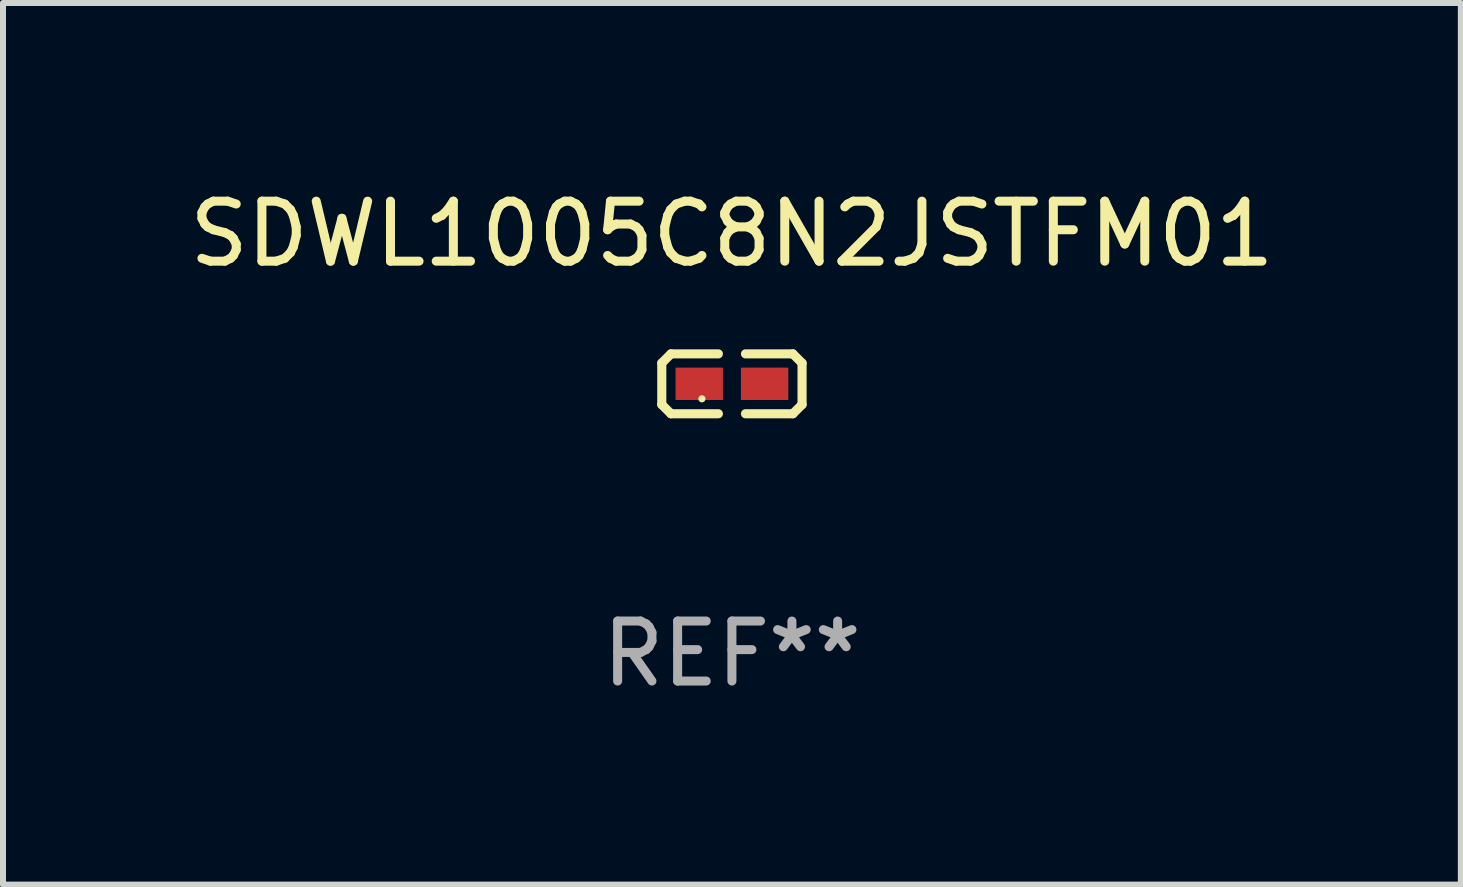
<source format=kicad_pcb>
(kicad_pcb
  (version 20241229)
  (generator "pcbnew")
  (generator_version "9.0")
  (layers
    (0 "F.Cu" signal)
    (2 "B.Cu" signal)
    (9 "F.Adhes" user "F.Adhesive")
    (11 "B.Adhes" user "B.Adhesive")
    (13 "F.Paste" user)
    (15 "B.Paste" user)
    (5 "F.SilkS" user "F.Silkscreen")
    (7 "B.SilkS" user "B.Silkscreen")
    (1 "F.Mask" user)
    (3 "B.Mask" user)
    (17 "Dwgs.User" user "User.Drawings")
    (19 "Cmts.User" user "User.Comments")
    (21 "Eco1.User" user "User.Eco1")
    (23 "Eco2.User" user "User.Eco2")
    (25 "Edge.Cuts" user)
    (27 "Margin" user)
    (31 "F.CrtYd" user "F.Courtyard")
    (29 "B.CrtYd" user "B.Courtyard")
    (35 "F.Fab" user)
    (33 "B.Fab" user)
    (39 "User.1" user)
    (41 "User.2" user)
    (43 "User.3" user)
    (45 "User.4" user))
  (footprint "SDWL1005C8N2JSTFM01"
    (layer "F.Cu")
    (at 9.149 3.347)
    (property "Reference" "SDWL1005C8N2JSTFM01" (at 0 -2.499 0) (layer "F.SilkS") (effects (font (size 1 1) (thickness 0.15))))
    (attr through_hole)
    (fp_line (start -1.169 -0.346) (end -1.016 -0.499) (stroke (width 0.152) (type solid)) (layer "F.SilkS"))
    (fp_line (start -1.169 0.346) (end -1.169 -0.346) (stroke (width 0.152) (type solid)) (layer "F.SilkS"))
    (fp_line (start -1.016 -0.499) (end -0.226 -0.499) (stroke (width 0.152) (type solid)) (layer "F.SilkS"))
    (fp_line (start -1.016 0.499) (end -1.169 0.346) (stroke (width 0.152) (type solid)) (layer "F.SilkS"))
    (fp_line (start -0.226 0.499) (end -1.016 0.499) (stroke (width 0.152) (type solid)) (layer "F.SilkS"))
    (fp_line (start 0.226 0.499) (end 1.016 0.499) (stroke (width 0.152) (type solid)) (layer "F.SilkS"))
    (fp_line (start 1.016 -0.499) (end 0.226 -0.499) (stroke (width 0.152) (type solid)) (layer "F.SilkS"))
    (fp_line (start 1.016 0.499) (end 1.169 0.346) (stroke (width 0.152) (type solid)) (layer "F.SilkS"))
    (fp_line (start 1.169 -0.346) (end 1.016 -0.499) (stroke (width 0.152) (type solid)) (layer "F.SilkS"))
    (fp_line (start 1.169 0.346) (end 1.169 -0.346) (stroke (width 0.152) (type solid)) (layer "F.SilkS"))
    (fp_circle (center -0.5 0.25) (end -0.47 0.25) (stroke (width 0.06) (type solid)) (fill no) (layer "F.SilkS"))
    (fp_text user "REF**" (at 0 4.499 0) (layer "F.Fab") (effects (font (size 1 1) (thickness 0.15))))
    (pad "1" smd rect (at -0.545 0) (size 0.79 0.54) (layers "F.Cu" "F.Mask" "F.Paste"))
    (pad "2" smd rect (at 0.545 0) (size 0.79 0.54) (layers "F.Cu" "F.Mask" "F.Paste")))
  (gr_rect
    (start -3 -3)
    (end 21.298 11.694)
    (stroke (width 0.1) (type default))
    (fill no)
    (layer "Edge.Cuts")))
</source>
